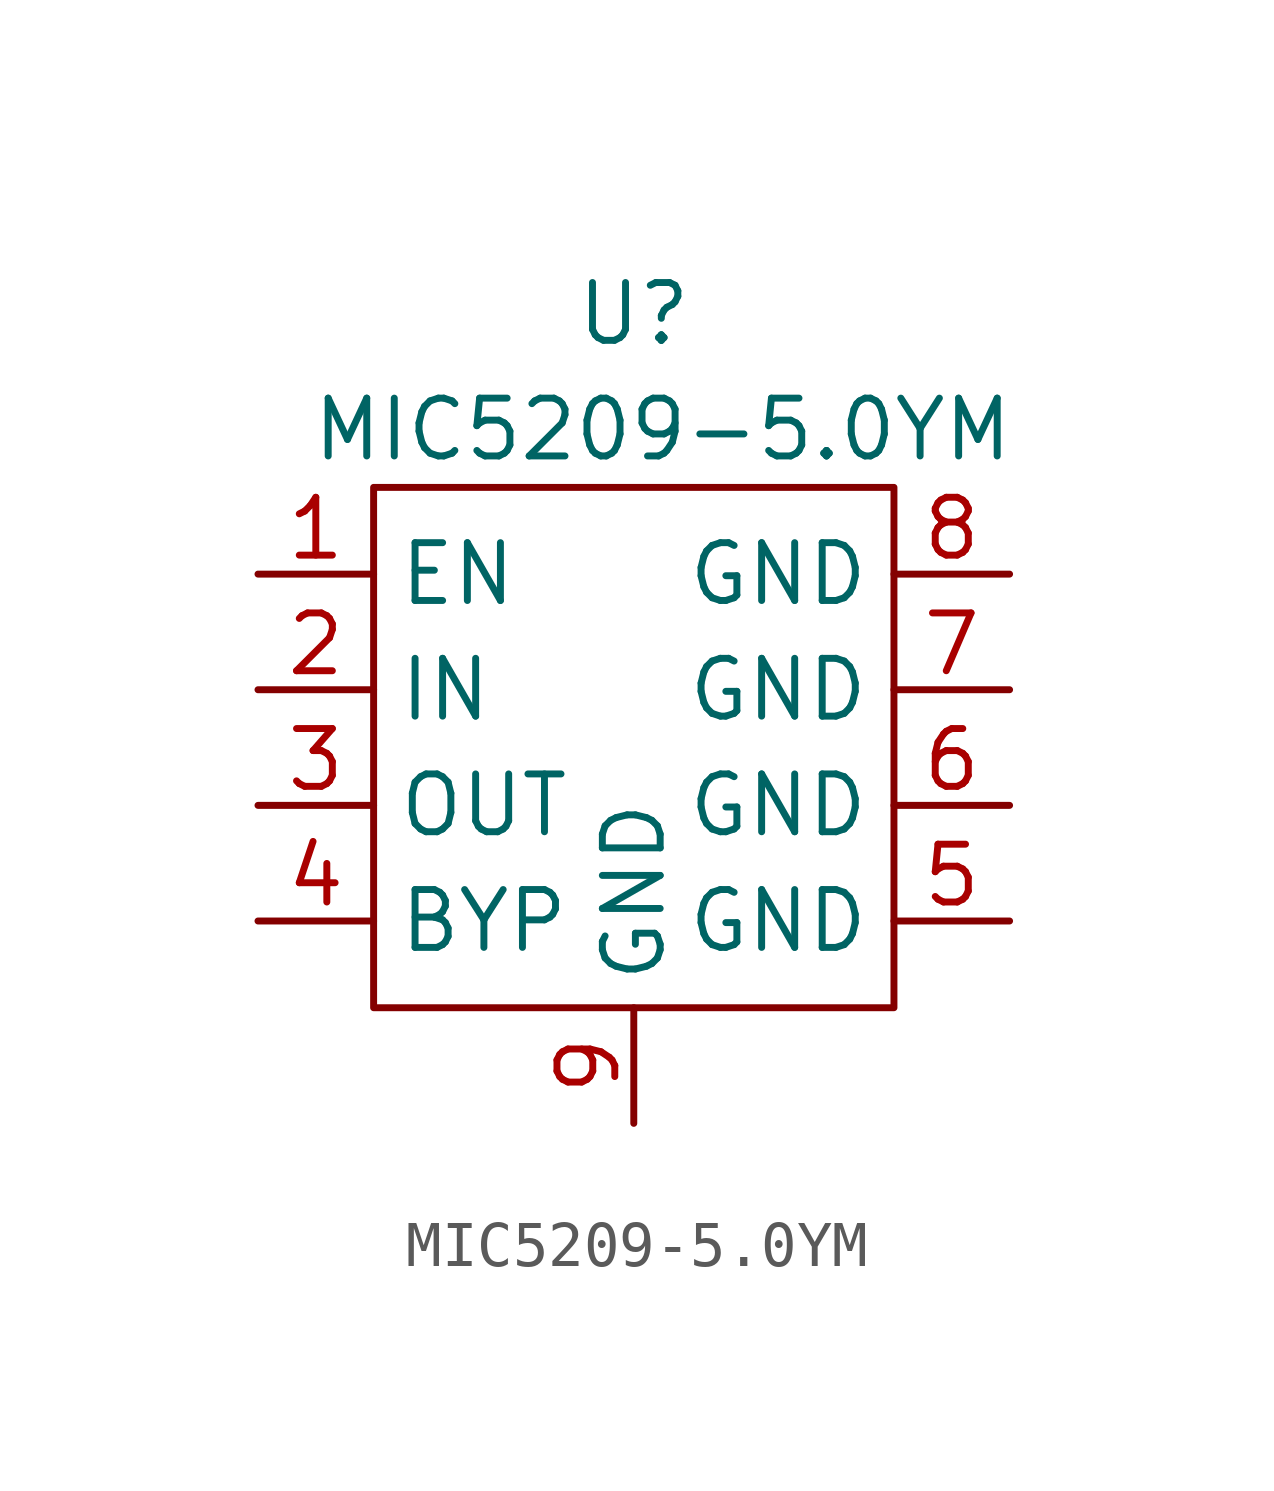
<source format=kicad_sym>
(kicad_symbol_lib
  (version 20211014)
  (generator kicad_symbol_editor)
  (symbol "MIC5209-5.0YM"
    (property "Reference" "U"
      (at 0 9.525 0)
      (effects (font (size 1.27 1.27))))
    (property "Value" "MIC5209-5.0YM"
      (at 0.635 6.985 0)
      (effects (font (size 1.27 1.27))))
    (symbol "MIC5209-5.0YM_0_1"
      (rectangle (start -5.715 5.715) (end 5.715 -5.715) (stroke (width 0) (type default) (color 0 0 0 0)) (fill (type none))))
    (symbol "MIC5209-5.0YM_1_0"
      (pin free line (at -8.255 3.81 0) (length 2.54) (name "EN" (effects (font (size 1.27 1.27)))) (number "1" (effects (font (size 1.27 1.27)))))
      (pin free line (at -8.255 1.27 0) (length 2.54) (name "IN" (effects (font (size 1.27 1.27)))) (number "2" (effects (font (size 1.27 1.27)))))
      (pin free line (at -8.255 -1.27 0) (length 2.54) (name "OUT" (effects (font (size 1.27 1.27)))) (number "3" (effects (font (size 1.27 1.27)))))
      (pin free line (at -8.255 -3.81 0) (length 2.54) (name "BYP" (effects (font (size 1.27 1.27)))) (number "4" (effects (font (size 1.27 1.27)))))
      (pin free line (at 8.255 -3.81 180) (length 2.54) (name "GND" (effects (font (size 1.27 1.27)))) (number "5" (effects (font (size 1.27 1.27)))))
      (pin free line (at 8.255 -1.27 180) (length 2.54) (name "GND" (effects (font (size 1.27 1.27)))) (number "6" (effects (font (size 1.27 1.27)))))
      (pin free line (at 8.255 1.27 180) (length 2.54) (name "GND" (effects (font (size 1.27 1.27)))) (number "7" (effects (font (size 1.27 1.27)))))
      (pin free line (at 8.255 3.81 180) (length 2.54) (name "GND" (effects (font (size 1.27 1.27)))) (number "8" (effects (font (size 1.27 1.27)))))
      (pin free line (at 0 -8.255 90) (length 2.54) (name "GND" (effects (font (size 1.27 1.27)))) (number "9" (effects (font (size 1.27 1.27))))))))
</source>
